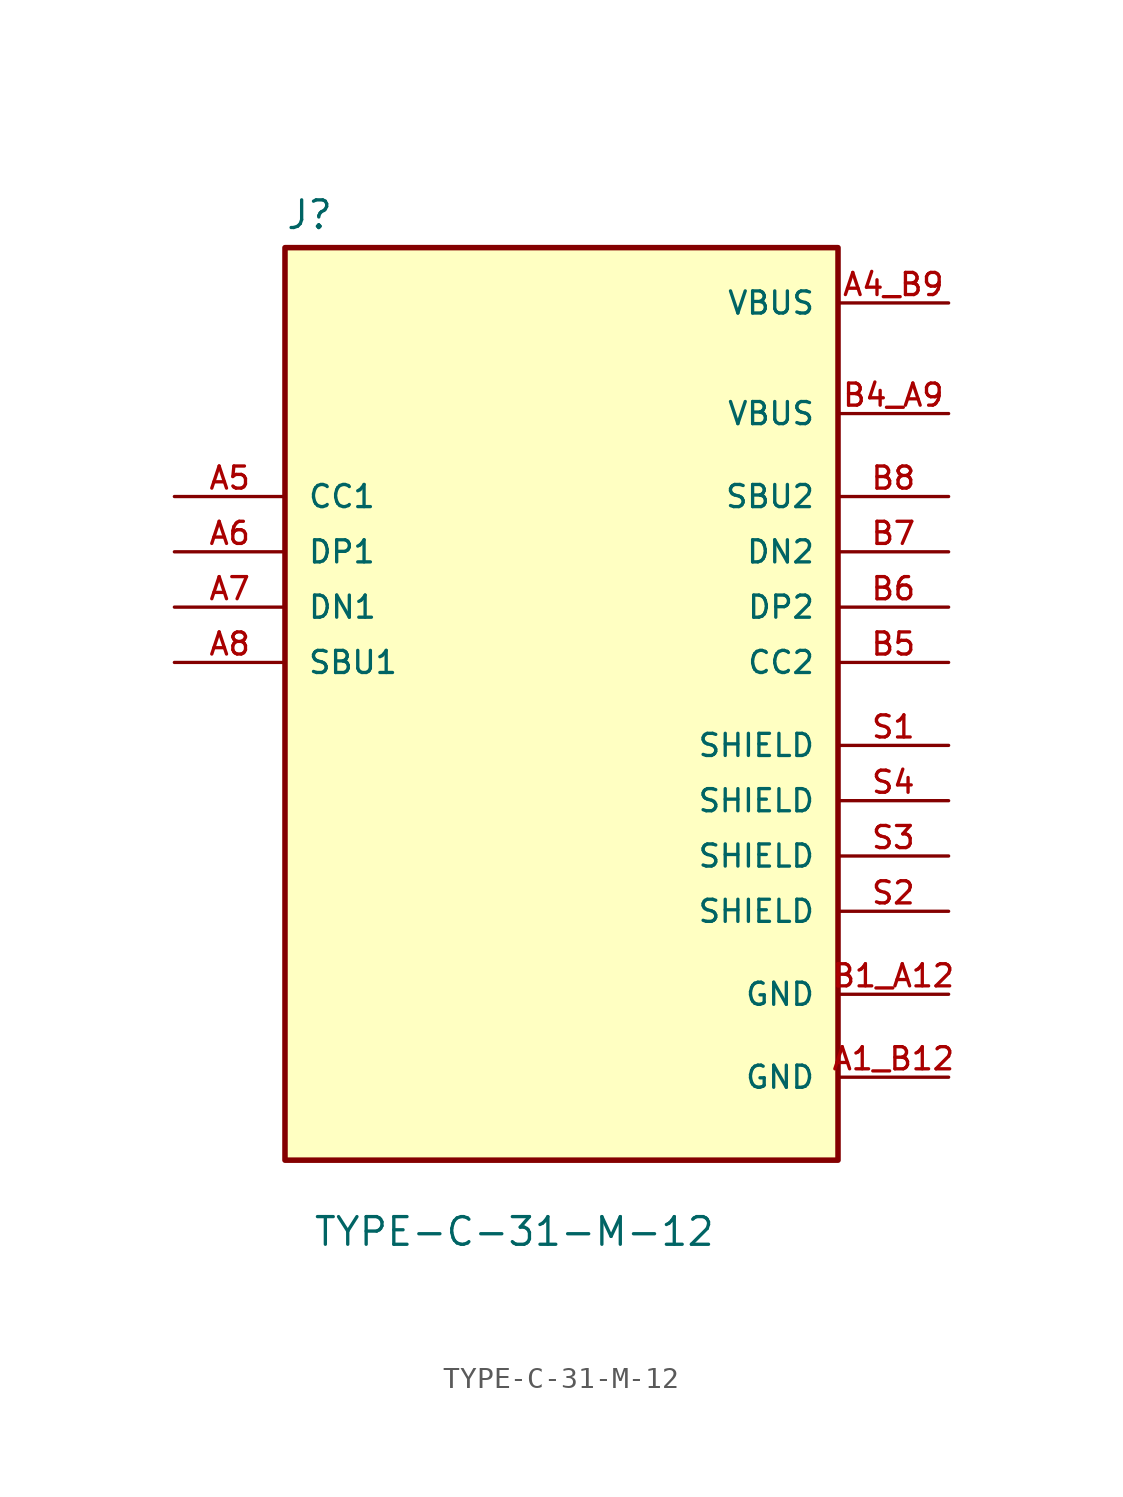
<source format=kicad_sym>
(kicad_symbol_lib
  (version 20220914)
  (generator kicad_symbol_editor)
  (symbol "TYPE-C-31-M-12"
    (pin_names
      (offset 1.016))
    (property "Reference" "J"
      (at -12.7 13.462 0)
      (effects (font (size 1.27 1.27)) (justify left bottom)))
    (property "Value" "TYPE-C-31-M-12"
      (at -11.43 -31.75 0)
      (effects (font (size 1.27 1.27)) (justify left top)))
    (symbol "TYPE-C-31-M-12_0_0"
      (rectangle (start -12.7 12.7) (end 12.7 -29.21) (stroke (width 0.254) (type default)) (fill (type background)))
      (pin power_in line (at 17.78 -25.4 180) (length 5.08) (name "GND" (effects (font (size 1.016 1.016)))) (number "A1_B12" (effects (font (size 1.016 1.016)))))
      (pin power_in line (at 17.78 10.16 180) (length 5.08) (name "VBUS" (effects (font (size 1.016 1.016)))) (number "A4_B9" (effects (font (size 1.016 1.016)))))
      (pin bidirectional line (at -17.78 1.27 0) (length 5.08) (name "CC1" (effects (font (size 1.016 1.016)))) (number "A5" (effects (font (size 1.016 1.016)))))
      (pin bidirectional line (at -17.78 -1.27 0) (length 5.08) (name "DP1" (effects (font (size 1.016 1.016)))) (number "A6" (effects (font (size 1.016 1.016)))))
      (pin bidirectional line (at -17.78 -3.81 0) (length 5.08) (name "DN1" (effects (font (size 1.016 1.016)))) (number "A7" (effects (font (size 1.016 1.016)))))
      (pin bidirectional line (at -17.78 -6.35 0) (length 5.08) (name "SBU1" (effects (font (size 1.016 1.016)))) (number "A8" (effects (font (size 1.016 1.016)))))
      (pin power_in line (at 17.78 -21.59 180) (length 5.08) (name "GND" (effects (font (size 1.016 1.016)))) (number "B1_A12" (effects (font (size 1.016 1.016)))))
      (pin power_in line (at 17.78 5.08 180) (length 5.08) (name "VBUS" (effects (font (size 1.016 1.016)))) (number "B4_A9" (effects (font (size 1.016 1.016)))))
      (pin bidirectional line (at 17.78 -6.35 180) (length 5.08) (name "CC2" (effects (font (size 1.016 1.016)))) (number "B5" (effects (font (size 1.016 1.016)))))
      (pin bidirectional line (at 17.78 -3.81 180) (length 5.08) (name "DP2" (effects (font (size 1.016 1.016)))) (number "B6" (effects (font (size 1.016 1.016)))))
      (pin bidirectional line (at 17.78 -1.27 180) (length 5.08) (name "DN2" (effects (font (size 1.016 1.016)))) (number "B7" (effects (font (size 1.016 1.016)))))
      (pin bidirectional line (at 17.78 1.27 180) (length 5.08) (name "SBU2" (effects (font (size 1.016 1.016)))) (number "B8" (effects (font (size 1.016 1.016)))))
      (pin passive line (at 17.78 -10.16 180) (length 5.08) (name "SHIELD" (effects (font (size 1.016 1.016)))) (number "S1" (effects (font (size 1.016 1.016)))))
      (pin passive line (at 17.78 -17.78 180) (length 5.08) (name "SHIELD" (effects (font (size 1.016 1.016)))) (number "S2" (effects (font (size 1.016 1.016)))))
      (pin passive line (at 17.78 -15.24 180) (length 5.08) (name "SHIELD" (effects (font (size 1.016 1.016)))) (number "S3" (effects (font (size 1.016 1.016)))))
      (pin passive line (at 17.78 -12.7 180) (length 5.08) (name "SHIELD" (effects (font (size 1.016 1.016)))) (number "S4" (effects (font (size 1.016 1.016))))))))
</source>
